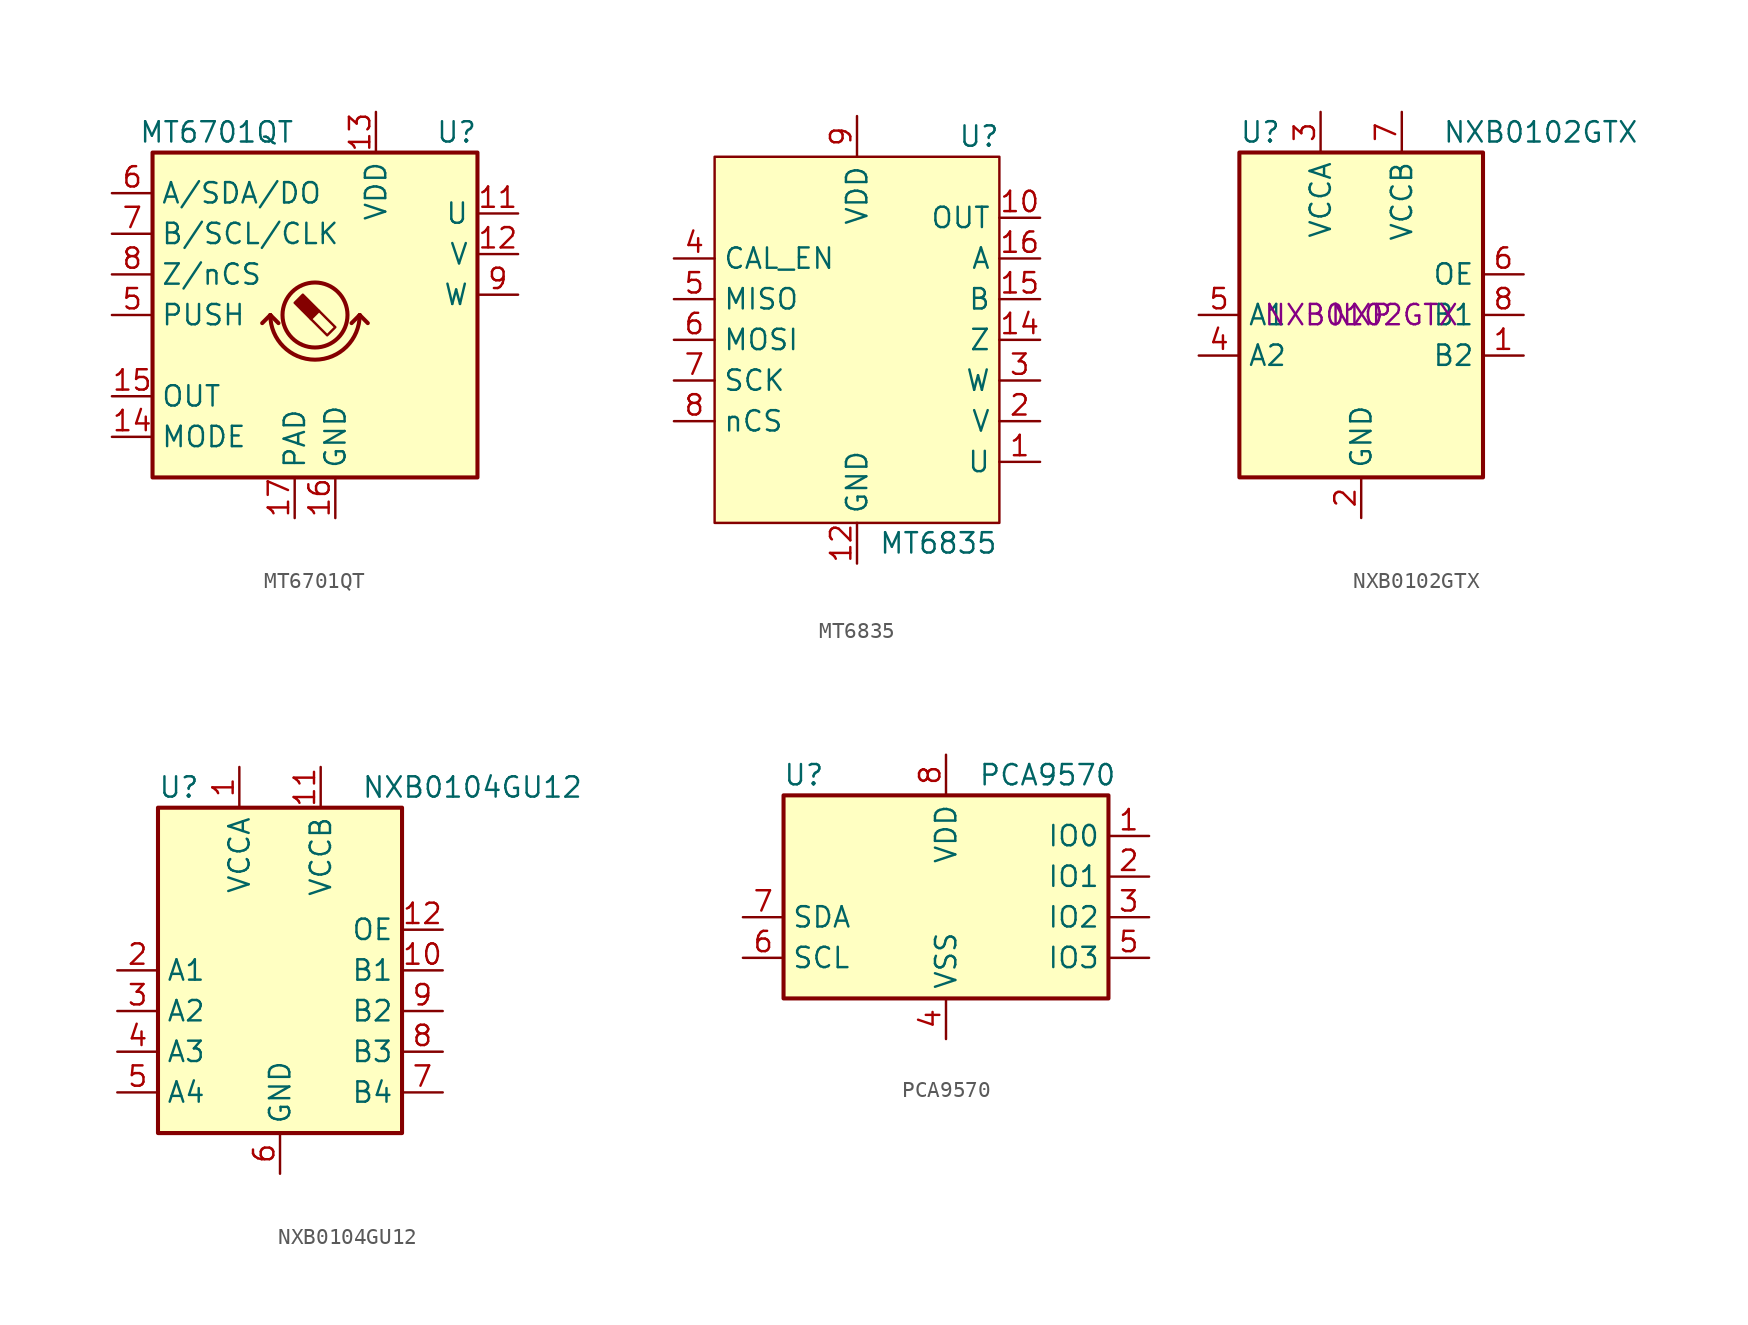
<source format=kicad_sym>
(kicad_symbol_lib
  (version 20231120)
  (generator "kicad_symbol_editor")
  (generator_version "8.0")
  (symbol "MT6701QT"
    (property "Reference" "U"
      (at 10.16 11.43 0)
      (effects (font (size 1.27 1.27)) (justify right)))
    (property "Value" "MT6701QT"
      (at -1.27 11.43 0)
      (effects (font (size 1.27 1.27)) (justify right)))
    (symbol "MT6701QT_0_1"
      (rectangle (start -10.16 10.16) (end 10.16 -10.16) (stroke (width 0.254) (type default)) (fill (type background)))
      (arc (start -2.794 0) (mid 0 -2.7819) (end 2.794 0) (stroke (width 0.254) (type default)) (fill (type none)))
      (polyline (pts (xy -2.794 0) (xy -3.302 -0.508)) (stroke (width 0.254) (type default)) (fill (type none)))
      (polyline (pts (xy -2.794 0) (xy -2.286 -0.508)) (stroke (width 0.254) (type default)) (fill (type none)))
      (polyline (pts (xy 2.794 0) (xy 2.286 -0.508)) (stroke (width 0.254) (type default)) (fill (type none)))
      (polyline (pts (xy 2.794 0) (xy 3.302 -0.508)) (stroke (width 0.254) (type default)) (fill (type none))))
    (symbol "MT6701QT_1_1"
      (polyline (pts (xy 0.254 0.254) (xy 1.27 -0.762) (xy 0.762 -1.27) (xy -0.254 -0.254)) (stroke (width 0) (type default)) (fill (type none)))
      (polyline (pts (xy -0.762 1.27) (xy 0.254 0.254) (xy -0.254 -0.254) (xy -1.27 0.762) (xy -1.016 1.016) (xy -0.762 1.27) (xy -0.635 1.143)) (stroke (width 0) (type default)) (fill (type outline)))
      (circle (center 0 0) (radius 2.032) (stroke (width 0.254) (type default)) (fill (type none)))
      (pin no_connect line (at 10.16 -6.35 180) (length 2.54) hide (name "NC" (effects (font (size 1.27 1.27)))) (number "1" (effects (font (size 1.27 1.27)))))
      (pin no_connect line (at 10.16 -5.08 180) (length 2.54) hide (name "NC" (effects (font (size 1.27 1.27)))) (number "10" (effects (font (size 1.27 1.27)))))
      (pin input line (at 12.7 6.35 180) (length 2.54) (name "U" (effects (font (size 1.27 1.27)))) (number "11" (effects (font (size 1.27 1.27)))))
      (pin output line (at 12.7 3.81 180) (length 2.54) (name "V" (effects (font (size 1.27 1.27)))) (number "12" (effects (font (size 1.27 1.27)))))
      (pin power_in line (at 3.81 12.7 270) (length 2.54) (name "VDD" (effects (font (size 1.27 1.27)))) (number "13" (effects (font (size 1.27 1.27)))))
      (pin output line (at -12.7 -7.62 0) (length 2.54) (name "MODE" (effects (font (size 1.27 1.27)))) (number "14" (effects (font (size 1.27 1.27)))))
      (pin output line (at -12.7 -5.08 0) (length 2.54) (name "OUT" (effects (font (size 1.27 1.27)))) (number "15" (effects (font (size 1.27 1.27)))))
      (pin power_in line (at 1.27 -12.7 90) (length 2.54) (name "GND" (effects (font (size 1.27 1.27)))) (number "16" (effects (font (size 1.27 1.27)))))
      (pin input line (at -1.27 -12.7 90) (length 2.54) (name "PAD" (effects (font (size 1.27 1.27)))) (number "17" (effects (font (size 1.27 1.27)))))
      (pin no_connect line (at 10.16 -8.89 180) (length 2.54) hide (name "NC" (effects (font (size 1.27 1.27)))) (number "2" (effects (font (size 1.27 1.27)))))
      (pin no_connect line (at 10.16 -3.81 180) (length 2.54) hide (name "NC" (effects (font (size 1.27 1.27)))) (number "3" (effects (font (size 1.27 1.27)))))
      (pin no_connect line (at 10.16 -7.62 180) (length 2.54) hide (name "NC" (effects (font (size 1.27 1.27)))) (number "4" (effects (font (size 1.27 1.27)))))
      (pin input line (at -12.7 0 0) (length 2.54) (name "PUSH" (effects (font (size 1.27 1.27)))) (number "5" (effects (font (size 1.27 1.27)))))
      (pin input line (at -12.7 7.62 0) (length 2.54) (name "A/SDA/DO" (effects (font (size 1.27 1.27)))) (number "6" (effects (font (size 1.27 1.27)))))
      (pin output line (at -12.7 5.08 0) (length 2.54) (name "B/SCL/CLK" (effects (font (size 1.27 1.27)))) (number "7" (effects (font (size 1.27 1.27)))))
      (pin input line (at -12.7 2.54 0) (length 2.54) (name "Z/nCS" (effects (font (size 1.27 1.27)))) (number "8" (effects (font (size 1.27 1.27)))))
      (pin output line (at 12.7 1.27 180) (length 2.54) (name "W" (effects (font (size 1.27 1.27)))) (number "9" (effects (font (size 1.27 1.27)))))))
  (symbol "MT6835"
    (property "Reference" "U"
      (at 7.62 12.7 0)
      (effects (font (size 1.27 1.27))))
    (property "Value" "MT6835"
      (at 5.08 -12.7 0)
      (effects (font (size 1.27 1.27))))
    (symbol "MT6835_0_0"
      (pin output line (at 11.43 -7.62 180) (length 2.54) (name "U" (effects (font (size 1.27 1.27)))) (number "1" (effects (font (size 1.27 1.27)))))
      (pin output line (at 11.43 7.62 180) (length 2.54) (name "OUT" (effects (font (size 1.27 1.27)))) (number "10" (effects (font (size 1.27 1.27)))))
      (pin no_connect line (at -2.54 -13.97 90) (length 2.54) hide (name "TEST" (effects (font (size 1.27 1.27)))) (number "11" (effects (font (size 1.27 1.27)))))
      (pin power_in line (at 0 -13.97 90) (length 2.54) (name "GND" (effects (font (size 1.27 1.27)))) (number "12" (effects (font (size 1.27 1.27)))))
      (pin no_connect line (at 2.54 -13.97 90) (length 2.54) hide (name "TEST_EN" (effects (font (size 1.27 1.27)))) (number "13" (effects (font (size 1.27 1.27)))))
      (pin output line (at 11.43 0 180) (length 2.54) (name "Z" (effects (font (size 1.27 1.27)))) (number "14" (effects (font (size 1.27 1.27)))))
      (pin output line (at 11.43 2.54 180) (length 2.54) (name "B" (effects (font (size 1.27 1.27)))) (number "15" (effects (font (size 1.27 1.27)))))
      (pin output line (at 11.43 5.08 180) (length 2.54) (name "A" (effects (font (size 1.27 1.27)))) (number "16" (effects (font (size 1.27 1.27)))))
      (pin output line (at 11.43 -5.08 180) (length 2.54) (name "V" (effects (font (size 1.27 1.27)))) (number "2" (effects (font (size 1.27 1.27)))))
      (pin output line (at 11.43 -2.54 180) (length 2.54) (name "W" (effects (font (size 1.27 1.27)))) (number "3" (effects (font (size 1.27 1.27)))))
      (pin input line (at -11.43 5.08 0) (length 2.54) (name "CAL_EN" (effects (font (size 1.27 1.27)))) (number "4" (effects (font (size 1.27 1.27)))))
      (pin output line (at -11.43 2.54 0) (length 2.54) (name "MISO" (effects (font (size 1.27 1.27)))) (number "5" (effects (font (size 1.27 1.27)))))
      (pin input line (at -11.43 0 0) (length 2.54) (name "MOSI" (effects (font (size 1.27 1.27)))) (number "6" (effects (font (size 1.27 1.27)))))
      (pin input line (at -11.43 -2.54 0) (length 2.54) (name "SCK" (effects (font (size 1.27 1.27)))) (number "7" (effects (font (size 1.27 1.27)))))
      (pin input line (at -11.43 -5.08 0) (length 2.54) (name "nCS" (effects (font (size 1.27 1.27)))) (number "8" (effects (font (size 1.27 1.27)))))
      (pin power_in line (at 0 13.97 270) (length 2.54) (name "VDD" (effects (font (size 1.27 1.27)))) (number "9" (effects (font (size 1.27 1.27))))))
    (symbol "MT6835_0_1"
      (rectangle (start -8.89 11.43) (end 8.89 -11.43) (stroke (width 0) (type default)) (fill (type background)))))
  (symbol "NXB0102GTX"
    (property "Reference" "U"
      (at -7.62 11.43 0)
      (effects (font (size 1.27 1.27)) (justify left)))
    (property "Value" "NXB0102GTX"
      (at 5.08 11.43 0)
      (effects (font (size 1.27 1.27)) (justify left)))
    (property "Manu" "NXP"
      (at 0 0 0)
      (effects (font (size 1.27 1.27))))
    (property "Part" "NXB0102GTX"
      (at 0 0 0)
      (effects (font (size 1.27 1.27))))
    (symbol "NXB0102GTX_0_1"
      (rectangle (start -7.62 10.16) (end 7.62 -10.16) (stroke (width 0.254) (type default)) (fill (type background))))
    (symbol "NXB0102GTX_1_1"
      (pin bidirectional line (at 10.16 -2.54 180) (length 2.54) (name "B2" (effects (font (size 1.27 1.27)))) (number "1" (effects (font (size 1.27 1.27)))))
      (pin power_in line (at 0 -12.7 90) (length 2.54) (name "GND" (effects (font (size 1.27 1.27)))) (number "2" (effects (font (size 1.27 1.27)))))
      (pin power_in line (at -2.54 12.7 270) (length 2.54) (name "VCCA" (effects (font (size 1.27 1.27)))) (number "3" (effects (font (size 1.27 1.27)))))
      (pin bidirectional line (at -10.16 -2.54 0) (length 2.54) (name "A2" (effects (font (size 1.27 1.27)))) (number "4" (effects (font (size 1.27 1.27)))))
      (pin bidirectional line (at -10.16 0 0) (length 2.54) (name "A1" (effects (font (size 1.27 1.27)))) (number "5" (effects (font (size 1.27 1.27)))))
      (pin input line (at 10.16 2.54 180) (length 2.54) (name "OE" (effects (font (size 1.27 1.27)))) (number "6" (effects (font (size 1.27 1.27)))))
      (pin power_in line (at 2.54 12.7 270) (length 2.54) (name "VCCB" (effects (font (size 1.27 1.27)))) (number "7" (effects (font (size 1.27 1.27)))))
      (pin bidirectional line (at 10.16 0 180) (length 2.54) (name "B1" (effects (font (size 1.27 1.27)))) (number "8" (effects (font (size 1.27 1.27)))))))
  (symbol "NXB0104GU12"
    (property "Reference" "U"
      (at -7.62 11.43 0)
      (effects (font (size 1.27 1.27)) (justify left)))
    (property "Value" "NXB0104GU12"
      (at 5.08 11.43 0)
      (effects (font (size 1.27 1.27)) (justify left)))
    (symbol "NXB0104GU12_0_0"
      (pin bidirectional line (at -10.16 -5.08 0) (length 2.54) (name "A3" (effects (font (size 1.27 1.27)))) (number "4" (effects (font (size 1.27 1.27)))))
      (pin bidirectional line (at -10.16 -7.62 0) (length 2.54) (name "A4" (effects (font (size 1.27 1.27)))) (number "5" (effects (font (size 1.27 1.27)))))
      (pin bidirectional line (at 10.16 -7.62 180) (length 2.54) (name "B4" (effects (font (size 1.27 1.27)))) (number "7" (effects (font (size 1.27 1.27)))))
      (pin bidirectional line (at 10.16 -5.08 180) (length 2.54) (name "B3" (effects (font (size 1.27 1.27)))) (number "8" (effects (font (size 1.27 1.27))))))
    (symbol "NXB0104GU12_0_1"
      (rectangle (start -7.62 10.16) (end 7.62 -10.16) (stroke (width 0.254) (type default)) (fill (type background))))
    (symbol "NXB0104GU12_1_1"
      (pin power_in line (at -2.54 12.7 270) (length 2.54) (name "VCCA" (effects (font (size 1.27 1.27)))) (number "1" (effects (font (size 1.27 1.27)))))
      (pin bidirectional line (at 10.16 0 180) (length 2.54) (name "B1" (effects (font (size 1.27 1.27)))) (number "10" (effects (font (size 1.27 1.27)))))
      (pin power_in line (at 2.54 12.7 270) (length 2.54) (name "VCCB" (effects (font (size 1.27 1.27)))) (number "11" (effects (font (size 1.27 1.27)))))
      (pin input line (at 10.16 2.54 180) (length 2.54) (name "OE" (effects (font (size 1.27 1.27)))) (number "12" (effects (font (size 1.27 1.27)))))
      (pin bidirectional line (at -10.16 0 0) (length 2.54) (name "A1" (effects (font (size 1.27 1.27)))) (number "2" (effects (font (size 1.27 1.27)))))
      (pin bidirectional line (at -10.16 -2.54 0) (length 2.54) (name "A2" (effects (font (size 1.27 1.27)))) (number "3" (effects (font (size 1.27 1.27)))))
      (pin power_in line (at 0 -12.7 90) (length 2.54) (name "GND" (effects (font (size 1.27 1.27)))) (number "6" (effects (font (size 1.27 1.27)))))
      (pin bidirectional line (at 10.16 -2.54 180) (length 2.54) (name "B2" (effects (font (size 1.27 1.27)))) (number "9" (effects (font (size 1.27 1.27)))))))
  (symbol "PCA9570"
    (property "Reference" "U"
      (at -8.89 6.35 0)
      (effects (font (size 1.27 1.27))))
    (property "Value" "PCA9570"
      (at 6.35 6.35 0)
      (effects (font (size 1.27 1.27))))
    (symbol "PCA9570_0_1"
      (rectangle (start -10.16 5.08) (end 10.16 -7.62) (stroke (width 0.254) (type default)) (fill (type background))))
    (symbol "PCA9570_1_1"
      (pin bidirectional line (at 12.7 2.54 180) (length 2.54) (name "IO0" (effects (font (size 1.27 1.27)))) (number "1" (effects (font (size 1.27 1.27)))))
      (pin bidirectional line (at 12.7 0 180) (length 2.54) (name "IO1" (effects (font (size 1.27 1.27)))) (number "2" (effects (font (size 1.27 1.27)))))
      (pin bidirectional line (at 12.7 -2.54 180) (length 2.54) (name "IO2" (effects (font (size 1.27 1.27)))) (number "3" (effects (font (size 1.27 1.27)))))
      (pin power_in line (at 0 -10.16 90) (length 2.54) (name "VSS" (effects (font (size 1.27 1.27)))) (number "4" (effects (font (size 1.27 1.27)))))
      (pin bidirectional line (at 12.7 -5.08 180) (length 2.54) (name "IO3" (effects (font (size 1.27 1.27)))) (number "5" (effects (font (size 1.27 1.27)))))
      (pin input line (at -12.7 -5.08 0) (length 2.54) (name "SCL" (effects (font (size 1.27 1.27)))) (number "6" (effects (font (size 1.27 1.27)))))
      (pin bidirectional line (at -12.7 -2.54 0) (length 2.54) (name "SDA" (effects (font (size 1.27 1.27)))) (number "7" (effects (font (size 1.27 1.27)))))
      (pin power_in line (at 0 7.62 270) (length 2.54) (name "VDD" (effects (font (size 1.27 1.27)))) (number "8" (effects (font (size 1.27 1.27))))))))
</source>
